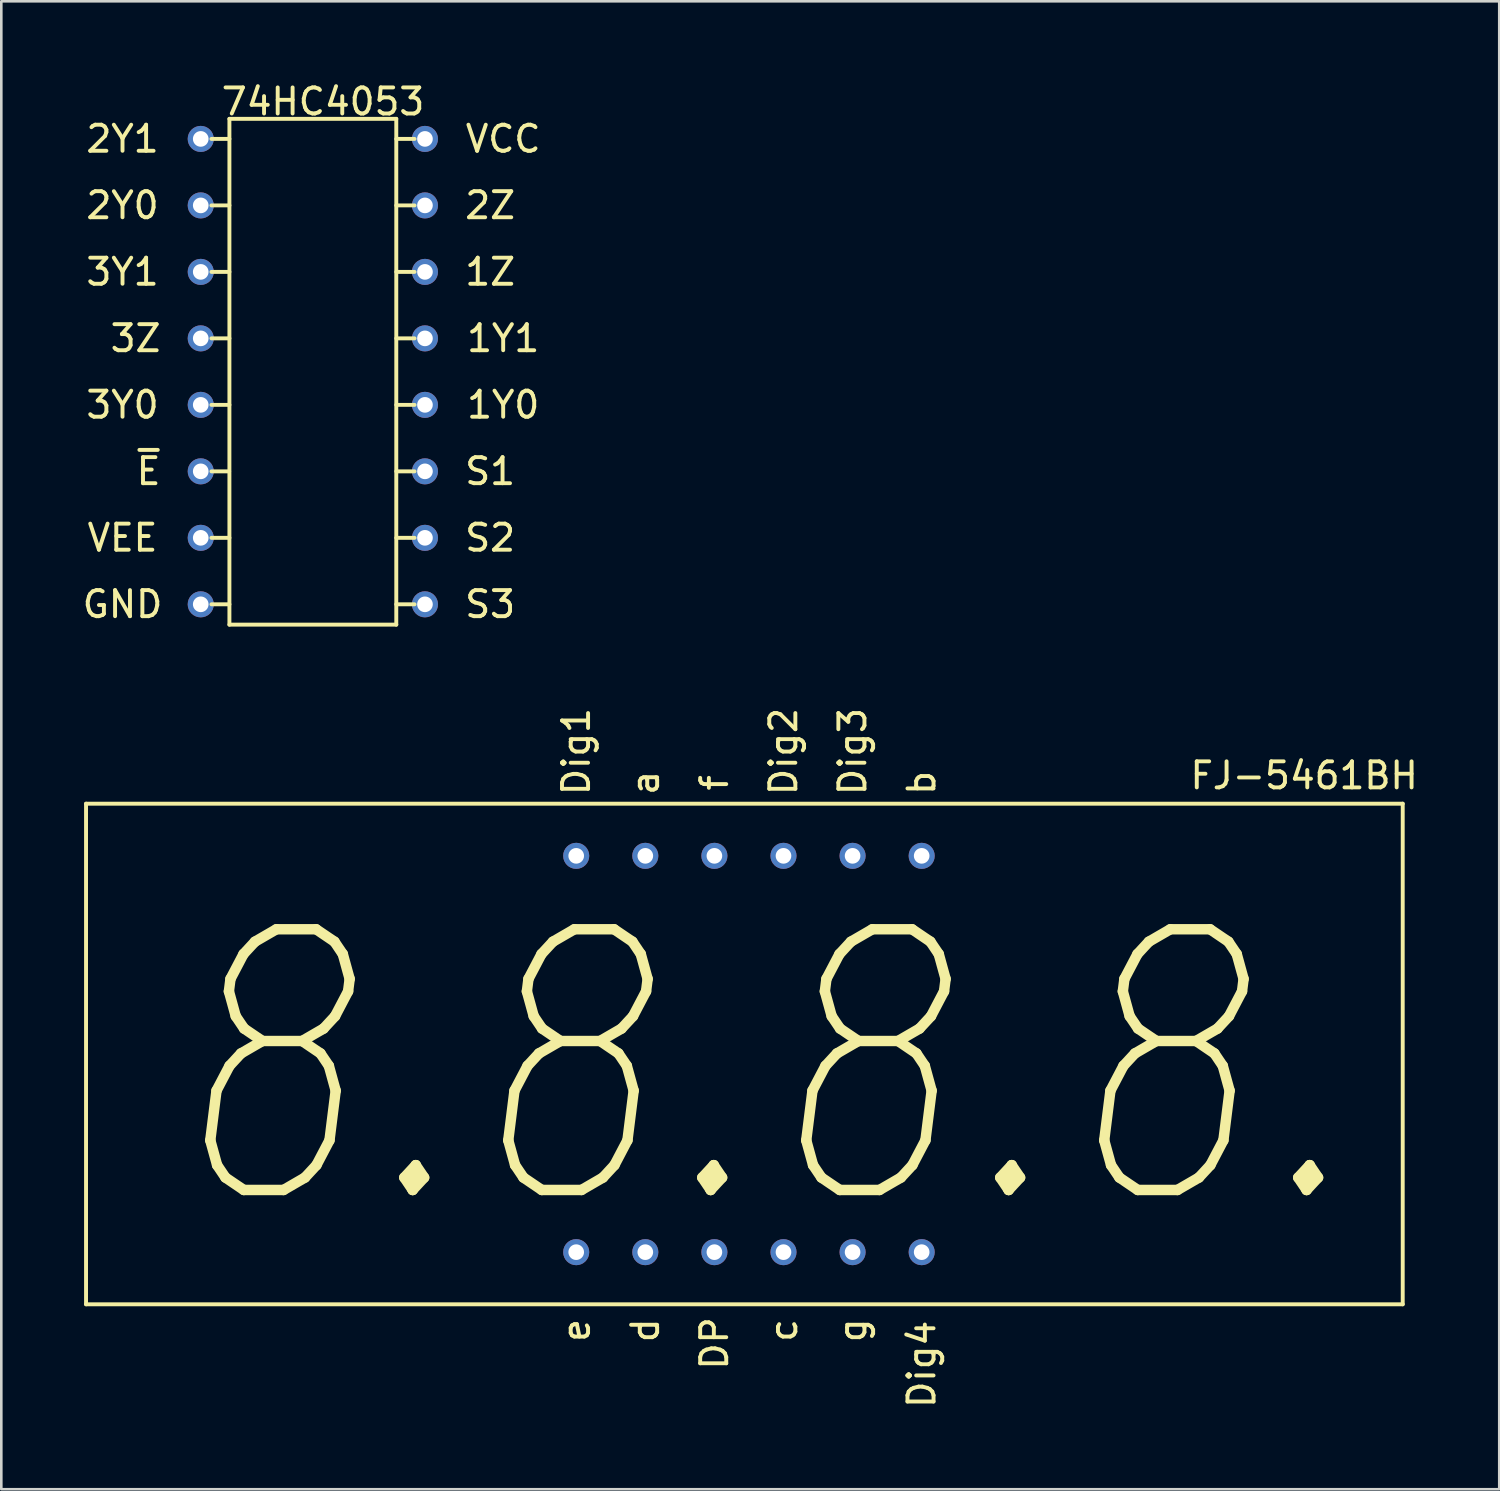
<source format=kicad_pcb>
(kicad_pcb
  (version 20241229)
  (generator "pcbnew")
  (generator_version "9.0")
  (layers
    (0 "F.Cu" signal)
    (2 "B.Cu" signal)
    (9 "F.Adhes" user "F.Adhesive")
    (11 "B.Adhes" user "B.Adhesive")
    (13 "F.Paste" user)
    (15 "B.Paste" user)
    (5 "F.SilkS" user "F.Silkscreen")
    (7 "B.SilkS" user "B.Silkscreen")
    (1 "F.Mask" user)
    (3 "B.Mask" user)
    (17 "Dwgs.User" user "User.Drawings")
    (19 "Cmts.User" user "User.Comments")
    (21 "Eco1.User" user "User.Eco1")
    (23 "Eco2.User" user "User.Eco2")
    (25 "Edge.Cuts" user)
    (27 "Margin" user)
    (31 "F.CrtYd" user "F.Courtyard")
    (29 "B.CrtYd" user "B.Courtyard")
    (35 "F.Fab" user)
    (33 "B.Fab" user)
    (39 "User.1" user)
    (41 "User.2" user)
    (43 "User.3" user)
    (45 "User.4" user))
  (footprint "FJ-5461BH"
    (layer "F.Cu")
    (at 0.25 27.775)
    (property "Reference" "FJ-5461BH" (at 46.72 -1.08 0) (layer "F.SilkS") (effects (font (size 1 1) (thickness 0.15))))
    (attr through_hole)
    (fp_line (start 0 0) (end 50.5 0) (stroke (width 0.15) (type solid)) (layer "F.SilkS"))
    (fp_line (start 0 19.2) (end 0 0) (stroke (width 0.15) (type solid)) (layer "F.SilkS"))
    (fp_line (start 50.5 0) (end 50.5 19.2) (stroke (width 0.15) (type solid)) (layer "F.SilkS"))
    (fp_line (start 50.5 19.2) (end 0 19.2) (stroke (width 0.15) (type solid)) (layer "F.SilkS"))
    (fp_text user "d" (at 21.45 20.2 90) (layer "F.SilkS") (effects (font (size 1 1) (thickness 0.15))))
    (fp_text user "g" (at 29.4 20.2 90) (layer "F.SilkS") (effects (font (size 1 1) (thickness 0.15))))
    (fp_text user "Dig2" (at 26.75 -2 90) (layer "F.SilkS") (effects (font (size 1 1) (thickness 0.15))))
    (fp_text user "f" (at 24.1 -0.8 90) (layer "F.SilkS") (effects (font (size 1 1) (thickness 0.15))))
    (fp_text user "8.8.8.8." (at 25.92 10.21 0) (layer "F.SilkS") (effects (font (size 10 8) (thickness 0.4) (italic yes))))
    (fp_text user "c" (at 26.75 20.2 90) (layer "F.SilkS") (effects (font (size 1 1) (thickness 0.15))))
    (fp_text user "b" (at 32.05 -0.8 90) (layer "F.SilkS") (effects (font (size 1 1) (thickness 0.15))))
    (fp_text user "Dig3" (at 29.4 -2 90) (layer "F.SilkS") (effects (font (size 1 1) (thickness 0.15))))
    (fp_text user "DP" (at 24.1 20.7 90) (layer "F.SilkS") (effects (font (size 1 1) (thickness 0.15))))
    (fp_text user "e" (at 18.8 20.2 90) (layer "F.SilkS") (effects (font (size 1 1) (thickness 0.15))))
    (fp_text user "a" (at 21.45 -0.8 90) (layer "F.SilkS") (effects (font (size 1 1) (thickness 0.15))))
    (fp_text user "Dig1" (at 18.8 -2 90) (layer "F.SilkS") (effects (font (size 1 1) (thickness 0.15))))
    (fp_text user "Dig4" (at 32.05 21.5 90) (layer "F.SilkS") (effects (font (size 1 1) (thickness 0.15))))
    (pad "1" thru_hole circle (at 18.8 17.2) (size 1 1) (drill 0.6) (layers "*.Cu" "*.Mask"))
    (pad "2" thru_hole circle (at 21.45 17.2) (size 1 1) (drill 0.6) (layers "*.Cu" "*.Mask"))
    (pad "3" thru_hole circle (at 24.1 17.2) (size 1 1) (drill 0.6) (layers "*.Cu" "*.Mask"))
    (pad "4" thru_hole circle (at 26.75 17.2) (size 1 1) (drill 0.6) (layers "*.Cu" "*.Mask"))
    (pad "5" thru_hole circle (at 29.4 17.2) (size 1 1) (drill 0.6) (layers "*.Cu" "*.Mask"))
    (pad "6" thru_hole circle (at 32.05 17.2) (size 1 1) (drill 0.6) (layers "*.Cu" "*.Mask"))
    (pad "7" thru_hole circle (at 32.05 2) (size 1 1) (drill 0.6) (layers "*.Cu" "*.Mask"))
    (pad "8" thru_hole circle (at 29.4 2) (size 1 1) (drill 0.6) (layers "*.Cu" "*.Mask"))
    (pad "9" thru_hole circle (at 26.75 2) (size 1 1) (drill 0.6) (layers "*.Cu" "*.Mask"))
    (pad "10" thru_hole circle (at 24.1 2) (size 1 1) (drill 0.6) (layers "*.Cu" "*.Mask"))
    (pad "11" thru_hole circle (at 21.45 2) (size 1 1) (drill 0.6) (layers "*.Cu" "*.Mask"))
    (pad "12" thru_hole circle (at 18.8 2) (size 1 1) (drill 0.6) (layers "*.Cu" "*.Mask")))
  (footprint "74HC4053"
    (layer "F.Cu")
    (at 4.649 1.508)
    (property "Reference" "74HC4053" (at 4.69 -0.66 0) (layer "F.SilkS") (effects (font (size 1 1) (thickness 0.15))))
    (attr through_hole)
    (fp_line (start 0.41 0.77) (end 1.1 0.77) (stroke (width 0.15) (type solid)) (layer "F.SilkS"))
    (fp_line (start 0.41 3.32) (end 1.1 3.32) (stroke (width 0.15) (type solid)) (layer "F.SilkS"))
    (fp_line (start 0.41 5.87) (end 1.1 5.87) (stroke (width 0.15) (type solid)) (layer "F.SilkS"))
    (fp_line (start 0.41 8.42) (end 1.1 8.42) (stroke (width 0.15) (type solid)) (layer "F.SilkS"))
    (fp_line (start 0.41 10.97) (end 1.1 10.97) (stroke (width 0.15) (type solid)) (layer "F.SilkS"))
    (fp_line (start 0.41 13.52) (end 1.09 13.52) (stroke (width 0.15) (type solid)) (layer "F.SilkS"))
    (fp_line (start 0.41 16.07) (end 1.1 16.07) (stroke (width 0.15) (type solid)) (layer "F.SilkS"))
    (fp_line (start 0.41 18.62) (end 1.1 18.62) (stroke (width 0.15) (type solid)) (layer "F.SilkS"))
    (fp_line (start 1.1 0) (end 7.5 0) (stroke (width 0.15) (type solid)) (layer "F.SilkS"))
    (fp_line (start 1.1 19.4) (end 1.1 0) (stroke (width 0.15) (type solid)) (layer "F.SilkS"))
    (fp_line (start 7.5 0) (end 7.5 19.4) (stroke (width 0.15) (type solid)) (layer "F.SilkS"))
    (fp_line (start 7.5 19.4) (end 1.1 19.4) (stroke (width 0.15) (type solid)) (layer "F.SilkS"))
    (fp_line (start 8.2 0.77) (end 7.5 0.77) (stroke (width 0.15) (type solid)) (layer "F.SilkS"))
    (fp_line (start 8.2 3.32) (end 7.5 3.32) (stroke (width 0.15) (type solid)) (layer "F.SilkS"))
    (fp_line (start 8.2 5.87) (end 7.5 5.87) (stroke (width 0.15) (type solid)) (layer "F.SilkS"))
    (fp_line (start 8.2 8.42) (end 7.5 8.42) (stroke (width 0.15) (type solid)) (layer "F.SilkS"))
    (fp_line (start 8.2 10.97) (end 7.5 10.97) (stroke (width 0.15) (type solid)) (layer "F.SilkS"))
    (fp_line (start 8.2 13.52) (end 7.5 13.52) (stroke (width 0.15) (type solid)) (layer "F.SilkS"))
    (fp_line (start 8.2 16.07) (end 7.5 16.07) (stroke (width 0.15) (type solid)) (layer "F.SilkS"))
    (fp_line (start 8.2 18.62) (end 7.5 18.62) (stroke (width 0.15) (type solid)) (layer "F.SilkS"))
    (fp_text user "1Y0" (at 11.6 10.97 0) (layer "F.SilkS") (effects (font (size 1 1) (thickness 0.15))))
    (fp_text user "2Z" (at 11.1 3.32 0) (layer "F.SilkS") (effects (font (size 1 1) (thickness 0.15))))
    (fp_text user "1Z" (at 11.1 5.87 0) (layer "F.SilkS") (effects (font (size 1 1) (thickness 0.15))))
    (fp_text user "3Y0" (at -3 10.97 0) (layer "F.SilkS") (effects (font (size 1 1) (thickness 0.15))))
    (fp_text user "VCC" (at 11.6 0.77 0) (layer "F.SilkS") (effects (font (size 1 1) (thickness 0.15))))
    (fp_text user "S1" (at 11.1 13.52 0) (layer "F.SilkS") (effects (font (size 1 1) (thickness 0.15))))
    (fp_text user "~{E}" (at -2 13.52 0) (layer "F.SilkS") (effects (font (size 1 1) (thickness 0.15))))
    (fp_text user "2Y0" (at -3 3.32 0) (layer "F.SilkS") (effects (font (size 1 1) (thickness 0.15))))
    (fp_text user "S2" (at 11.1 16.07 0) (layer "F.SilkS") (effects (font (size 1 1) (thickness 0.15))))
    (fp_text user "VEE" (at -3 16.07 0) (layer "F.SilkS") (effects (font (size 1 1) (thickness 0.15))))
    (fp_text user "3Y1" (at -3 5.87 0) (layer "F.SilkS") (effects (font (size 1 1) (thickness 0.15))))
    (fp_text user "S3" (at 11.1 18.62 0) (layer "F.SilkS") (effects (font (size 1 1) (thickness 0.15))))
    (fp_text user "GND" (at -3 18.62 0) (layer "F.SilkS") (effects (font (size 1 1) (thickness 0.15))))
    (fp_text user "1Y1" (at 11.6 8.42 0) (layer "F.SilkS") (effects (font (size 1 1) (thickness 0.15))))
    (fp_text user "2Y1" (at -3 0.77 0) (layer "F.SilkS") (effects (font (size 1 1) (thickness 0.15))))
    (fp_text user "3Z" (at -2.5 8.42 0) (layer "F.SilkS") (effects (font (size 1 1) (thickness 0.15))))
    (pad "1" thru_hole circle (at 0 0.77) (size 1 1) (drill 0.6) (layers "*.Cu" "*.Mask"))
    (pad "2" thru_hole circle (at 0 3.32) (size 1 1) (drill 0.6) (layers "*.Cu" "*.Mask"))
    (pad "3" thru_hole circle (at 0 5.87) (size 1 1) (drill 0.6) (layers "*.Cu" "*.Mask"))
    (pad "4" thru_hole circle (at 0 8.42) (size 1 1) (drill 0.6) (layers "*.Cu" "*.Mask"))
    (pad "5" thru_hole circle (at 0 10.97) (size 1 1) (drill 0.6) (layers "*.Cu" "*.Mask"))
    (pad "6" thru_hole circle (at 0 13.52) (size 1 1) (drill 0.6) (layers "*.Cu" "*.Mask"))
    (pad "7" thru_hole circle (at 0 16.07) (size 1 1) (drill 0.6) (layers "*.Cu" "*.Mask"))
    (pad "8" thru_hole circle (at 0 18.62) (size 1 1) (drill 0.6) (layers "*.Cu" "*.Mask"))
    (pad "9" thru_hole circle (at 8.6 18.62) (size 1 1) (drill 0.6) (layers "*.Cu" "*.Mask"))
    (pad "10" thru_hole circle (at 8.6 16.07) (size 1 1) (drill 0.6) (layers "*.Cu" "*.Mask"))
    (pad "11" thru_hole circle (at 8.6 13.52) (size 1 1) (drill 0.6) (layers "*.Cu" "*.Mask"))
    (pad "12" thru_hole circle (at 8.6 10.97) (size 1 1) (drill 0.6) (layers "*.Cu" "*.Mask"))
    (pad "13" thru_hole circle (at 8.6 8.42) (size 1 1) (drill 0.6) (layers "*.Cu" "*.Mask"))
    (pad "14" thru_hole circle (at 8.6 5.87) (size 1 1) (drill 0.6) (layers "*.Cu" "*.Mask"))
    (pad "15" thru_hole circle (at 8.6 3.32) (size 1 1) (drill 0.6) (layers "*.Cu" "*.Mask"))
    (pad "16" thru_hole circle (at 8.6 0.77) (size 1 1) (drill 0.6) (layers "*.Cu" "*.Mask")))
  (gr_rect
    (start -3 -3)
    (end 54.452 54.067)
    (stroke (width 0.1) (type default))
    (fill no)
    (layer "Edge.Cuts")))
</source>
